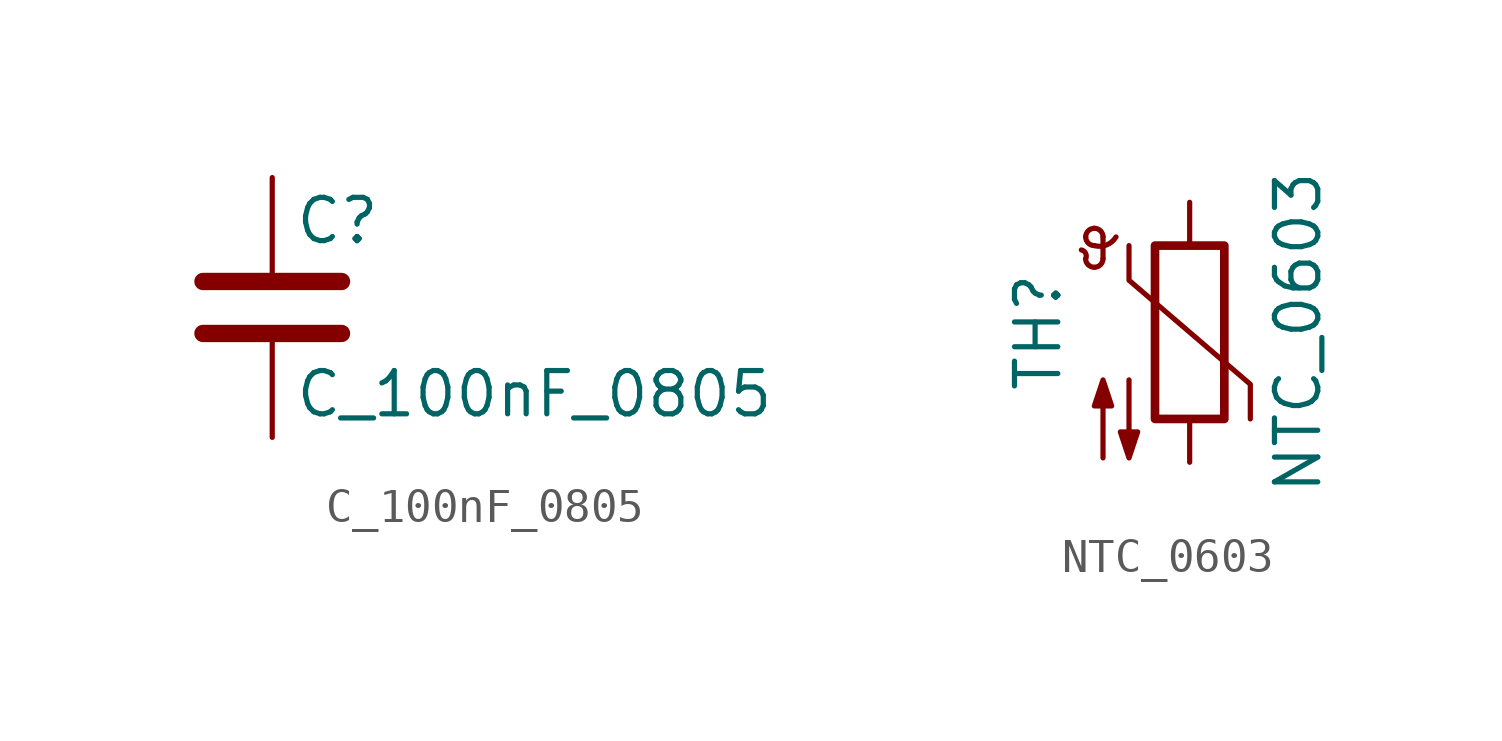
<source format=kicad_sym>
(kicad_symbol_lib
  (version 20231120)
  (generator "kicad_symbol_editor")
  (generator_version "8.0")
  (symbol "C_100nF_0805"
    (pin_numbers hide)
    (pin_names
      (offset 0.254))
    (property "Reference" "C"
      (at 0.635 2.54 0)
      (effects (font (size 1.27 1.27)) (justify left)))
    (property "Value" "C_100nF_0805"
      (at 0.635 -2.54 0)
      (effects (font (size 1.27 1.27)) (justify left)))
    (symbol "C_100nF_0805_0_1"
      (polyline (pts (xy -2.032 -0.762) (xy 2.032 -0.762)) (stroke (width 0.508) (type default)) (fill (type none)))
      (polyline (pts (xy -2.032 0.762) (xy 2.032 0.762)) (stroke (width 0.508) (type default)) (fill (type none))))
    (symbol "C_100nF_0805_1_1"
      (pin passive line (at 0 3.81 270) (length 2.794) (name "~" (effects (font (size 1.27 1.27)))) (number "1" (effects (font (size 1.27 1.27)))))
      (pin passive line (at 0 -3.81 90) (length 2.794) (name "~" (effects (font (size 1.27 1.27)))) (number "2" (effects (font (size 1.27 1.27)))))))
  (symbol "NTC_0603"
    (pin_numbers hide)
    (pin_names
      (offset 0))
    (property "Reference" "TH"
      (at -4.445 0 90)
      (effects (font (size 1.27 1.27))))
    (property "Value" "NTC_0603"
      (at 3.175 0 90)
      (effects (font (size 1.27 1.27))))
    (symbol "NTC_0603_0_1"
      (arc (start -3.048 2.159) (mid -3.0495 2.3143) (end -3.175 2.413) (stroke (width 0) (type default)) (fill (type none)))
      (arc (start -3.048 2.159) (mid -2.9736 1.9794) (end -2.794 1.905) (stroke (width 0) (type default)) (fill (type none)))
      (arc (start -3.048 2.794) (mid -2.9736 2.6144) (end -2.794 2.54) (stroke (width 0) (type default)) (fill (type none)))
      (arc (start -2.794 1.905) (mid -2.6144 1.9794) (end -2.54 2.159) (stroke (width 0) (type default)) (fill (type none)))
      (arc (start -2.794 2.54) (mid -2.4393 2.5587) (end -2.159 2.794) (stroke (width 0) (type default)) (fill (type none)))
      (arc (start -2.794 3.048) (mid -2.9736 2.9736) (end -3.048 2.794) (stroke (width 0) (type default)) (fill (type none)))
      (arc (start -2.54 2.794) (mid -2.6144 2.9736) (end -2.794 3.048) (stroke (width 0) (type default)) (fill (type none)))
      (rectangle (start -1.016 2.54) (end 1.016 -2.54) (stroke (width 0.254) (type default)) (fill (type none)))
      (polyline (pts (xy -2.54 2.159) (xy -2.54 2.794)) (stroke (width 0) (type default)) (fill (type none)))
      (polyline (pts (xy -1.778 2.54) (xy -1.778 1.524) (xy 1.778 -1.524) (xy 1.778 -2.54)) (stroke (width 0) (type default)) (fill (type none)))
      (polyline (pts (xy -2.54 -3.683) (xy -2.54 -1.397) (xy -2.794 -2.159) (xy -2.286 -2.159) (xy -2.54 -1.397) (xy -2.54 -1.651)) (stroke (width 0) (type default)) (fill (type outline)))
      (polyline (pts (xy -1.778 -1.397) (xy -1.778 -3.683) (xy -2.032 -2.921) (xy -1.524 -2.921) (xy -1.778 -3.683) (xy -1.778 -3.429)) (stroke (width 0) (type default)) (fill (type outline))))
    (symbol "NTC_0603_1_1"
      (pin passive line (at 0 3.81 270) (length 1.27) (name "~" (effects (font (size 1.27 1.27)))) (number "1" (effects (font (size 1.27 1.27)))))
      (pin passive line (at 0 -3.81 90) (length 1.27) (name "~" (effects (font (size 1.27 1.27)))) (number "2" (effects (font (size 1.27 1.27))))))))
</source>
